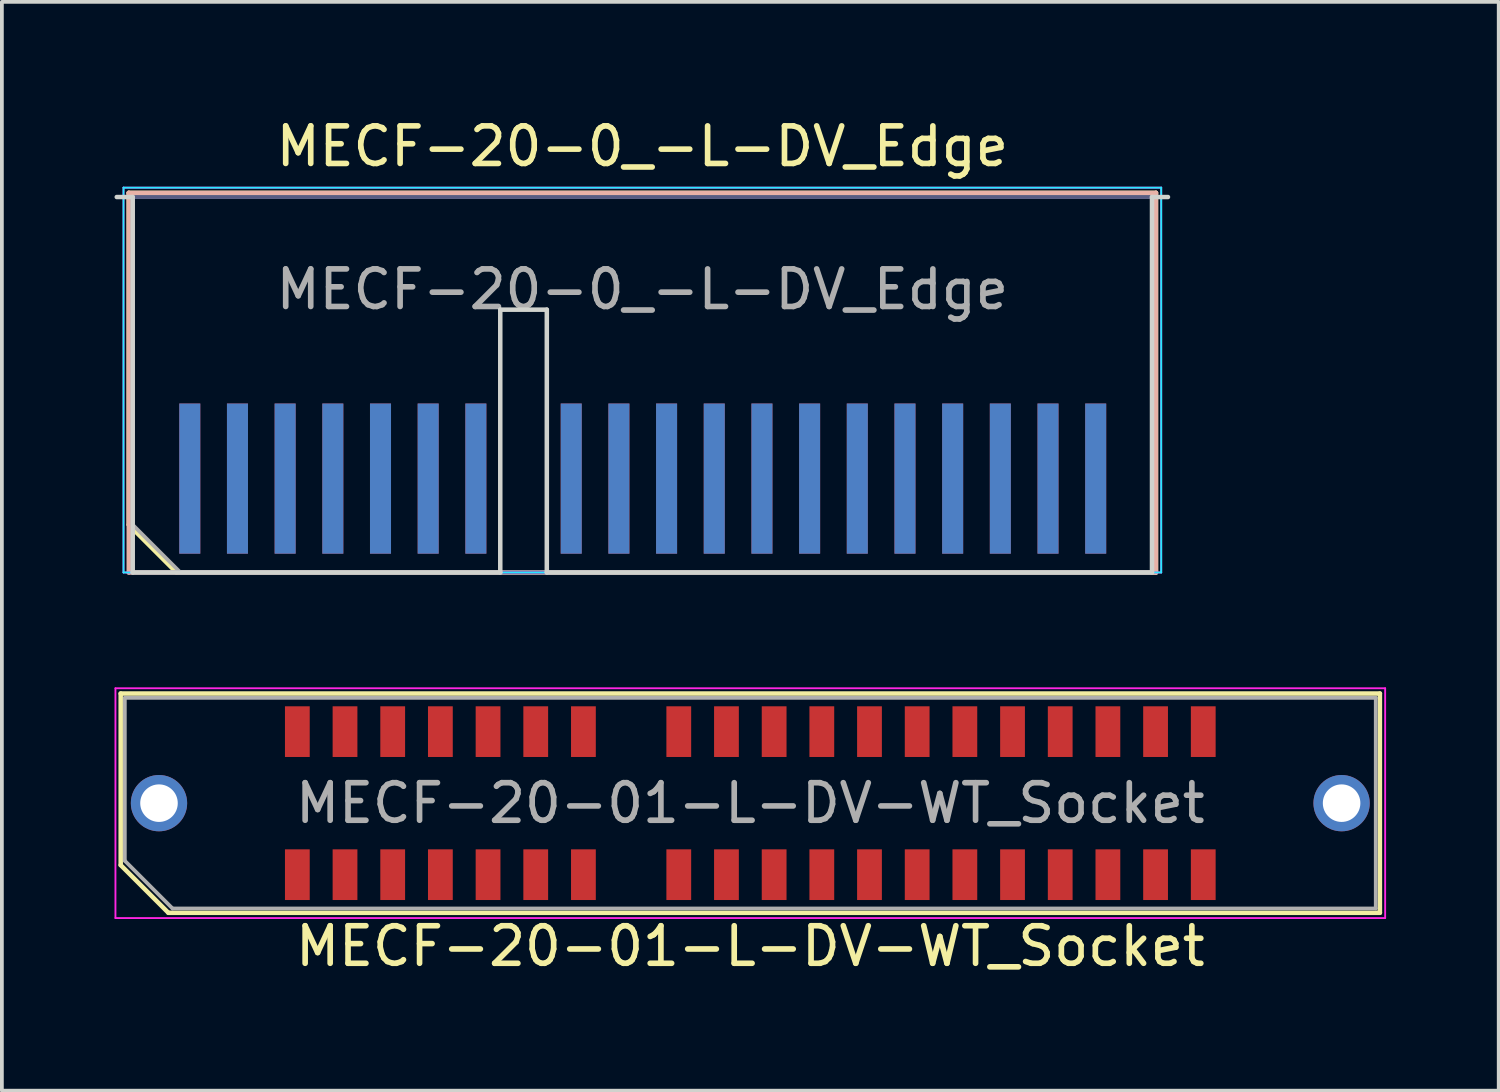
<source format=kicad_pcb>
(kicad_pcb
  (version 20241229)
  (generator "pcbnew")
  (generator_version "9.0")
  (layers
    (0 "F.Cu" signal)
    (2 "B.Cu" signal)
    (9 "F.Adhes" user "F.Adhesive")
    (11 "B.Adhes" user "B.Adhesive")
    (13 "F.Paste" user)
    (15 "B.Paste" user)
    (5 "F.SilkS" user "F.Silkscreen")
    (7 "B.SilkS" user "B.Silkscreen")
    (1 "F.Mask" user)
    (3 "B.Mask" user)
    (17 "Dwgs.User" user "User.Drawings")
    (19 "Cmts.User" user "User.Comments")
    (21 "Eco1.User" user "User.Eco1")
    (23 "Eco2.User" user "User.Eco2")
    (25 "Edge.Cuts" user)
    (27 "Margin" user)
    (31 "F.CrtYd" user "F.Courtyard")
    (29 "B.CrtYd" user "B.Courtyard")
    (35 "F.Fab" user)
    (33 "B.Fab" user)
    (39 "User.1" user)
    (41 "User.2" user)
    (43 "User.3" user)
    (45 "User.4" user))
  (footprint "MECF-20-0_-L-DV_Edge"
    (layer "F.Cu")
    (at 14.06 7.198)
    (property "Reference" "MECF-20-0_-L-DV_Edge" (at 0 -6.35 0) (layer "F.SilkS") (effects (font (size 1 1) (thickness 0.15))))
    (attr exclude_from_pos_files exclude_from_bom)
    (fp_line (start -13.68 -5.11) (end 13.68 -5.11) (stroke (width 0.12) (type solid)) (layer "F.SilkS"))
    (fp_line (start -13.68 3.73) (end -13.68 -5.11) (stroke (width 0.12) (type solid)) (layer "F.SilkS"))
    (fp_line (start -12.41 5) (end -13.68 3.73) (stroke (width 0.12) (type solid)) (layer "F.SilkS"))
    (fp_line (start -12.41 5) (end 13.68 5) (stroke (width 0.12) (type solid)) (layer "F.SilkS"))
    (fp_line (start 13.68 5) (end 13.68 -5.11) (stroke (width 0.12) (type solid)) (layer "F.SilkS"))
    (fp_line (start -13.68 -5.11) (end 13.68 -5.11) (stroke (width 0.12) (type solid)) (layer "B.SilkS"))
    (fp_line (start -13.68 5) (end -13.68 -5.11) (stroke (width 0.12) (type solid)) (layer "B.SilkS"))
    (fp_line (start -13.68 5) (end 13.68 5) (stroke (width 0.12) (type solid)) (layer "B.SilkS"))
    (fp_line (start 13.68 5) (end 13.68 -5.11) (stroke (width 0.12) (type solid)) (layer "B.SilkS"))
    (fp_line (start -14 -5) (end -13.575 -5) (stroke (width 0.12) (type solid)) (layer "Edge.Cuts"))
    (fp_line (start -13.575 5) (end -13.575 -5) (stroke (width 0.12) (type solid)) (layer "Edge.Cuts"))
    (fp_line (start -13.575 5) (end -3.785 5) (stroke (width 0.12) (type solid)) (layer "Edge.Cuts"))
    (fp_line (start -3.785 -2) (end -2.545 -2) (stroke (width 0.12) (type solid)) (layer "Edge.Cuts"))
    (fp_line (start -3.785 5) (end -3.785 -2) (stroke (width 0.12) (type solid)) (layer "Edge.Cuts"))
    (fp_line (start -2.545 5) (end -2.545 -2) (stroke (width 0.12) (type solid)) (layer "Edge.Cuts"))
    (fp_line (start -2.545 5) (end 13.575 5) (stroke (width 0.12) (type solid)) (layer "Edge.Cuts"))
    (fp_line (start 13.575 5) (end 13.575 -5) (stroke (width 0.12) (type solid)) (layer "Edge.Cuts"))
    (fp_line (start 14 -5) (end 13.575 -5) (stroke (width 0.12) (type solid)) (layer "Edge.Cuts"))
    (fp_line (start -13.82 -5.25) (end -13.82 5) (stroke (width 0.05) (type solid)) (layer "B.CrtYd"))
    (fp_line (start -13.82 5) (end 13.82 5) (stroke (width 0.05) (type solid)) (layer "B.CrtYd"))
    (fp_line (start 13.82 -5.25) (end -13.82 -5.25) (stroke (width 0.05) (type solid)) (layer "B.CrtYd"))
    (fp_line (start 13.82 5) (end 13.82 -5.25) (stroke (width 0.05) (type solid)) (layer "B.CrtYd"))
    (fp_line (start -13.82 -5.25) (end -13.82 5) (stroke (width 0.05) (type solid)) (layer "F.CrtYd"))
    (fp_line (start -13.82 5) (end 13.82 5) (stroke (width 0.05) (type solid)) (layer "F.CrtYd"))
    (fp_line (start 13.82 -5.25) (end -13.82 -5.25) (stroke (width 0.05) (type solid)) (layer "F.CrtYd"))
    (fp_line (start 13.82 5) (end 13.82 -5.25) (stroke (width 0.05) (type solid)) (layer "F.CrtYd"))
    (fp_line (start -13.575 -5) (end 13.575 -5) (stroke (width 0.1) (type solid)) (layer "B.Fab"))
    (fp_line (start -13.575 5) (end -13.575 -5) (stroke (width 0.1) (type solid)) (layer "B.Fab"))
    (fp_line (start -13.575 5) (end 13.575 5) (stroke (width 0.1) (type solid)) (layer "B.Fab"))
    (fp_line (start 13.575 5) (end 13.575 -5) (stroke (width 0.1) (type solid)) (layer "B.Fab"))
    (fp_line (start -13.575 -5) (end 13.575 -5) (stroke (width 0.1) (type solid)) (layer "F.Fab"))
    (fp_line (start -13.575 3.73) (end -13.575 -5) (stroke (width 0.1) (type solid)) (layer "F.Fab"))
    (fp_line (start -13.575 3.73) (end -12.305 5) (stroke (width 0.1) (type solid)) (layer "F.Fab"))
    (fp_line (start -12.305 5) (end 13.575 5) (stroke (width 0.1) (type solid)) (layer "F.Fab"))
    (fp_line (start 13.575 5) (end 13.575 -5) (stroke (width 0.1) (type solid)) (layer "F.Fab"))
    (fp_text user "${REFERENCE}" (at 0 -2.54 0) (layer "F.Fab") (effects (font (size 1 1) (thickness 0.15))))
    (pad "1" smd rect (at -12.055 2.5) (size 0.56 4) (layers "F.Cu" "F.Mask" "F.Paste"))
    (pad "2" smd rect (at -12.055 2.5) (size 0.56 4) (layers "B.Cu" "B.Mask" "B.Paste"))
    (pad "3" smd rect (at -10.785 2.5) (size 0.56 4) (layers "F.Cu" "F.Mask" "F.Paste"))
    (pad "4" smd rect (at -10.785 2.5) (size 0.56 4) (layers "B.Cu" "B.Mask" "B.Paste"))
    (pad "5" smd rect (at -9.515 2.5) (size 0.56 4) (layers "F.Cu" "F.Mask" "F.Paste"))
    (pad "6" smd rect (at -9.515 2.5) (size 0.56 4) (layers "B.Cu" "B.Mask" "B.Paste"))
    (pad "7" smd rect (at -8.245 2.5) (size 0.56 4) (layers "F.Cu" "F.Mask" "F.Paste"))
    (pad "8" smd rect (at -8.245 2.5) (size 0.56 4) (layers "B.Cu" "B.Mask" "B.Paste"))
    (pad "9" smd rect (at -6.975 2.5) (size 0.56 4) (layers "F.Cu" "F.Mask" "F.Paste"))
    (pad "10" smd rect (at -6.975 2.5) (size 0.56 4) (layers "B.Cu" "B.Mask" "B.Paste"))
    (pad "11" smd rect (at -5.705 2.5) (size 0.56 4) (layers "F.Cu" "F.Mask" "F.Paste"))
    (pad "12" smd rect (at -5.705 2.5) (size 0.56 4) (layers "B.Cu" "B.Mask" "B.Paste"))
    (pad "13" smd rect (at -4.435 2.5) (size 0.56 4) (layers "F.Cu" "F.Mask" "F.Paste"))
    (pad "14" smd rect (at -4.435 2.5) (size 0.56 4) (layers "B.Cu" "B.Mask" "B.Paste"))
    (pad "17" smd rect (at -1.895 2.5) (size 0.56 4) (layers "F.Cu" "F.Mask" "F.Paste"))
    (pad "18" smd rect (at -1.895 2.5) (size 0.56 4) (layers "B.Cu" "B.Mask" "B.Paste"))
    (pad "19" smd rect (at -0.625 2.5) (size 0.56 4) (layers "F.Cu" "F.Mask" "F.Paste"))
    (pad "20" smd rect (at -0.625 2.5) (size 0.56 4) (layers "B.Cu" "B.Mask" "B.Paste"))
    (pad "21" smd rect (at 0.645 2.5) (size 0.56 4) (layers "F.Cu" "F.Mask" "F.Paste"))
    (pad "22" smd rect (at 0.645 2.5) (size 0.56 4) (layers "B.Cu" "B.Mask" "B.Paste"))
    (pad "23" smd rect (at 1.915 2.5) (size 0.56 4) (layers "F.Cu" "F.Mask" "F.Paste"))
    (pad "24" smd rect (at 1.915 2.5) (size 0.56 4) (layers "B.Cu" "B.Mask" "B.Paste"))
    (pad "25" smd rect (at 3.185 2.5) (size 0.56 4) (layers "F.Cu" "F.Mask" "F.Paste"))
    (pad "26" smd rect (at 3.185 2.5) (size 0.56 4) (layers "B.Cu" "B.Mask" "B.Paste"))
    (pad "27" smd rect (at 4.455 2.5) (size 0.56 4) (layers "F.Cu" "F.Mask" "F.Paste"))
    (pad "28" smd rect (at 4.455 2.5) (size 0.56 4) (layers "B.Cu" "B.Mask" "B.Paste"))
    (pad "29" smd rect (at 5.725 2.5) (size 0.56 4) (layers "F.Cu" "F.Mask" "F.Paste"))
    (pad "30" smd rect (at 5.725 2.5) (size 0.56 4) (layers "B.Cu" "B.Mask" "B.Paste"))
    (pad "31" smd rect (at 6.995 2.5) (size 0.56 4) (layers "F.Cu" "F.Mask" "F.Paste"))
    (pad "32" smd rect (at 6.995 2.5) (size 0.56 4) (layers "B.Cu" "B.Mask" "B.Paste"))
    (pad "33" smd rect (at 8.265 2.5) (size 0.56 4) (layers "F.Cu" "F.Mask" "F.Paste"))
    (pad "34" smd rect (at 8.265 2.5) (size 0.56 4) (layers "B.Cu" "B.Mask" "B.Paste"))
    (pad "35" smd rect (at 9.535 2.5) (size 0.56 4) (layers "F.Cu" "F.Mask" "F.Paste"))
    (pad "36" smd rect (at 9.535 2.5) (size 0.56 4) (layers "B.Cu" "B.Mask" "B.Paste"))
    (pad "37" smd rect (at 10.805 2.5) (size 0.56 4) (layers "F.Cu" "F.Mask" "F.Paste"))
    (pad "38" smd rect (at 10.805 2.5) (size 0.56 4) (layers "B.Cu" "B.Mask" "B.Paste"))
    (pad "39" smd rect (at 12.075 2.5) (size 0.56 4) (layers "F.Cu" "F.Mask" "F.Paste"))
    (pad "40" smd rect (at 12.075 2.5) (size 0.56 4) (layers "B.Cu" "B.Mask" "B.Paste")))
  (footprint "MECF-20-01-L-DV-WT_Socket"
    (layer "F.Cu")
    (at 16.935 18.343)
    (property "Reference" "MECF-20-01-L-DV-WT_Socket" (at 0 3.81 0) (layer "F.SilkS") (effects (font (size 1 1) (thickness 0.15))))
    (attr smd)
    (fp_line (start -16.77 -2.92) (end 16.77 -2.92) (stroke (width 0.12) (type solid)) (layer "F.SilkS"))
    (fp_line (start -16.77 1.65) (end -16.77 -2.92) (stroke (width 0.12) (type solid)) (layer "F.SilkS"))
    (fp_line (start -15.5 2.92) (end -16.77 1.65) (stroke (width 0.12) (type solid)) (layer "F.SilkS"))
    (fp_line (start -15.5 2.92) (end 16.77 2.92) (stroke (width 0.12) (type solid)) (layer "F.SilkS"))
    (fp_line (start 16.77 2.92) (end 16.77 -2.92) (stroke (width 0.12) (type solid)) (layer "F.SilkS"))
    (fp_line (start -16.91 -3.06) (end -16.91 3.06) (stroke (width 0.05) (type solid)) (layer "F.CrtYd"))
    (fp_line (start -16.91 3.06) (end 16.91 3.06) (stroke (width 0.05) (type solid)) (layer "F.CrtYd"))
    (fp_line (start 16.91 -3.06) (end -16.91 -3.06) (stroke (width 0.05) (type solid)) (layer "F.CrtYd"))
    (fp_line (start 16.91 3.06) (end 16.91 -3.06) (stroke (width 0.05) (type solid)) (layer "F.CrtYd"))
    (fp_line (start -16.66 -2.805) (end 16.66 -2.805) (stroke (width 0.1) (type solid)) (layer "F.Fab"))
    (fp_line (start -16.66 1.535) (end -16.66 -2.805) (stroke (width 0.1) (type solid)) (layer "F.Fab"))
    (fp_line (start -16.66 1.535) (end -15.39 2.805) (stroke (width 0.1) (type solid)) (layer "F.Fab"))
    (fp_line (start -15.39 2.805) (end 16.66 2.805) (stroke (width 0.1) (type solid)) (layer "F.Fab"))
    (fp_line (start 16.66 2.805) (end 16.66 -2.805) (stroke (width 0.1) (type solid)) (layer "F.Fab"))
    (fp_text user "${REFERENCE}" (at 0 0 0) (layer "F.Fab") (effects (font (size 1 1) (thickness 0.15))))
    (pad "" thru_hole circle (at -15.75 0) (size 1.5 1.5) (drill 1) (layers "*.Cu" "*.Mask"))
    (pad "" np_thru_hole circle (at -13.845 0) (size 0.001 0.001) (drill 1.45) (layers "*.Cu" "*.Mask"))
    (pad "" np_thru_hole circle (at 13.845 1) (size 0.001 0.001) (drill 1.45) (layers "*.Cu" "*.Mask"))
    (pad "" thru_hole circle (at 15.75 0) (size 1.5 1.5) (drill 1) (layers "*.Cu" "*.Mask"))
    (pad "1" smd rect (at -12.065 1.905) (size 0.66 1.35) (layers "F.Cu" "F.Mask" "F.Paste"))
    (pad "2" smd rect (at -12.065 -1.905) (size 0.66 1.35) (layers "F.Cu" "F.Mask" "F.Paste"))
    (pad "3" smd rect (at -10.795 1.905) (size 0.66 1.35) (layers "F.Cu" "F.Mask" "F.Paste"))
    (pad "4" smd rect (at -10.795 -1.905) (size 0.66 1.35) (layers "F.Cu" "F.Mask" "F.Paste"))
    (pad "5" smd rect (at -9.525 1.905) (size 0.66 1.35) (layers "F.Cu" "F.Mask" "F.Paste"))
    (pad "6" smd rect (at -9.525 -1.905) (size 0.66 1.35) (layers "F.Cu" "F.Mask" "F.Paste"))
    (pad "7" smd rect (at -8.255 1.905) (size 0.66 1.35) (layers "F.Cu" "F.Mask" "F.Paste"))
    (pad "8" smd rect (at -8.255 -1.905) (size 0.66 1.35) (layers "F.Cu" "F.Mask" "F.Paste"))
    (pad "9" smd rect (at -6.985 1.905) (size 0.66 1.35) (layers "F.Cu" "F.Mask" "F.Paste"))
    (pad "10" smd rect (at -6.985 -1.905) (size 0.66 1.35) (layers "F.Cu" "F.Mask" "F.Paste"))
    (pad "11" smd rect (at -5.715 1.905) (size 0.66 1.35) (layers "F.Cu" "F.Mask" "F.Paste"))
    (pad "12" smd rect (at -5.715 -1.905) (size 0.66 1.35) (layers "F.Cu" "F.Mask" "F.Paste"))
    (pad "13" smd rect (at -4.445 1.905) (size 0.66 1.35) (layers "F.Cu" "F.Mask" "F.Paste"))
    (pad "14" smd rect (at -4.445 -1.905) (size 0.66 1.35) (layers "F.Cu" "F.Mask" "F.Paste"))
    (pad "17" smd rect (at -1.905 1.905) (size 0.66 1.35) (layers "F.Cu" "F.Mask" "F.Paste"))
    (pad "18" smd rect (at -1.905 -1.905) (size 0.66 1.35) (layers "F.Cu" "F.Mask" "F.Paste"))
    (pad "19" smd rect (at -0.635 1.905) (size 0.66 1.35) (layers "F.Cu" "F.Mask" "F.Paste"))
    (pad "20" smd rect (at -0.635 -1.905) (size 0.66 1.35) (layers "F.Cu" "F.Mask" "F.Paste"))
    (pad "21" smd rect (at 0.635 1.905) (size 0.66 1.35) (layers "F.Cu" "F.Mask" "F.Paste"))
    (pad "22" smd rect (at 0.635 -1.905) (size 0.66 1.35) (layers "F.Cu" "F.Mask" "F.Paste"))
    (pad "23" smd rect (at 1.905 1.905) (size 0.66 1.35) (layers "F.Cu" "F.Mask" "F.Paste"))
    (pad "24" smd rect (at 1.905 -1.905) (size 0.66 1.35) (layers "F.Cu" "F.Mask" "F.Paste"))
    (pad "25" smd rect (at 3.175 1.905) (size 0.66 1.35) (layers "F.Cu" "F.Mask" "F.Paste"))
    (pad "26" smd rect (at 3.175 -1.905) (size 0.66 1.35) (layers "F.Cu" "F.Mask" "F.Paste"))
    (pad "27" smd rect (at 4.445 1.905) (size 0.66 1.35) (layers "F.Cu" "F.Mask" "F.Paste"))
    (pad "28" smd rect (at 4.445 -1.905) (size 0.66 1.35) (layers "F.Cu" "F.Mask" "F.Paste"))
    (pad "29" smd rect (at 5.715 1.905) (size 0.66 1.35) (layers "F.Cu" "F.Mask" "F.Paste"))
    (pad "30" smd rect (at 5.715 -1.905) (size 0.66 1.35) (layers "F.Cu" "F.Mask" "F.Paste"))
    (pad "31" smd rect (at 6.985 1.905) (size 0.66 1.35) (layers "F.Cu" "F.Mask" "F.Paste"))
    (pad "32" smd rect (at 6.985 -1.905) (size 0.66 1.35) (layers "F.Cu" "F.Mask" "F.Paste"))
    (pad "33" smd rect (at 8.255 1.905) (size 0.66 1.35) (layers "F.Cu" "F.Mask" "F.Paste"))
    (pad "34" smd rect (at 8.255 -1.905) (size 0.66 1.35) (layers "F.Cu" "F.Mask" "F.Paste"))
    (pad "35" smd rect (at 9.525 1.905) (size 0.66 1.35) (layers "F.Cu" "F.Mask" "F.Paste"))
    (pad "36" smd rect (at 9.525 -1.905) (size 0.66 1.35) (layers "F.Cu" "F.Mask" "F.Paste"))
    (pad "37" smd rect (at 10.795 1.905) (size 0.66 1.35) (layers "F.Cu" "F.Mask" "F.Paste"))
    (pad "38" smd rect (at 10.795 -1.905) (size 0.66 1.35) (layers "F.Cu" "F.Mask" "F.Paste"))
    (pad "39" smd rect (at 12.065 1.905) (size 0.66 1.35) (layers "F.Cu" "F.Mask" "F.Paste"))
    (pad "40" smd rect (at 12.065 -1.905) (size 0.66 1.35) (layers "F.Cu" "F.Mask" "F.Paste")))
  (gr_rect
    (start -3 -3)
    (end 36.87 26.002)
    (stroke (width 0.1) (type default))
    (fill no)
    (layer "Edge.Cuts")))
</source>
